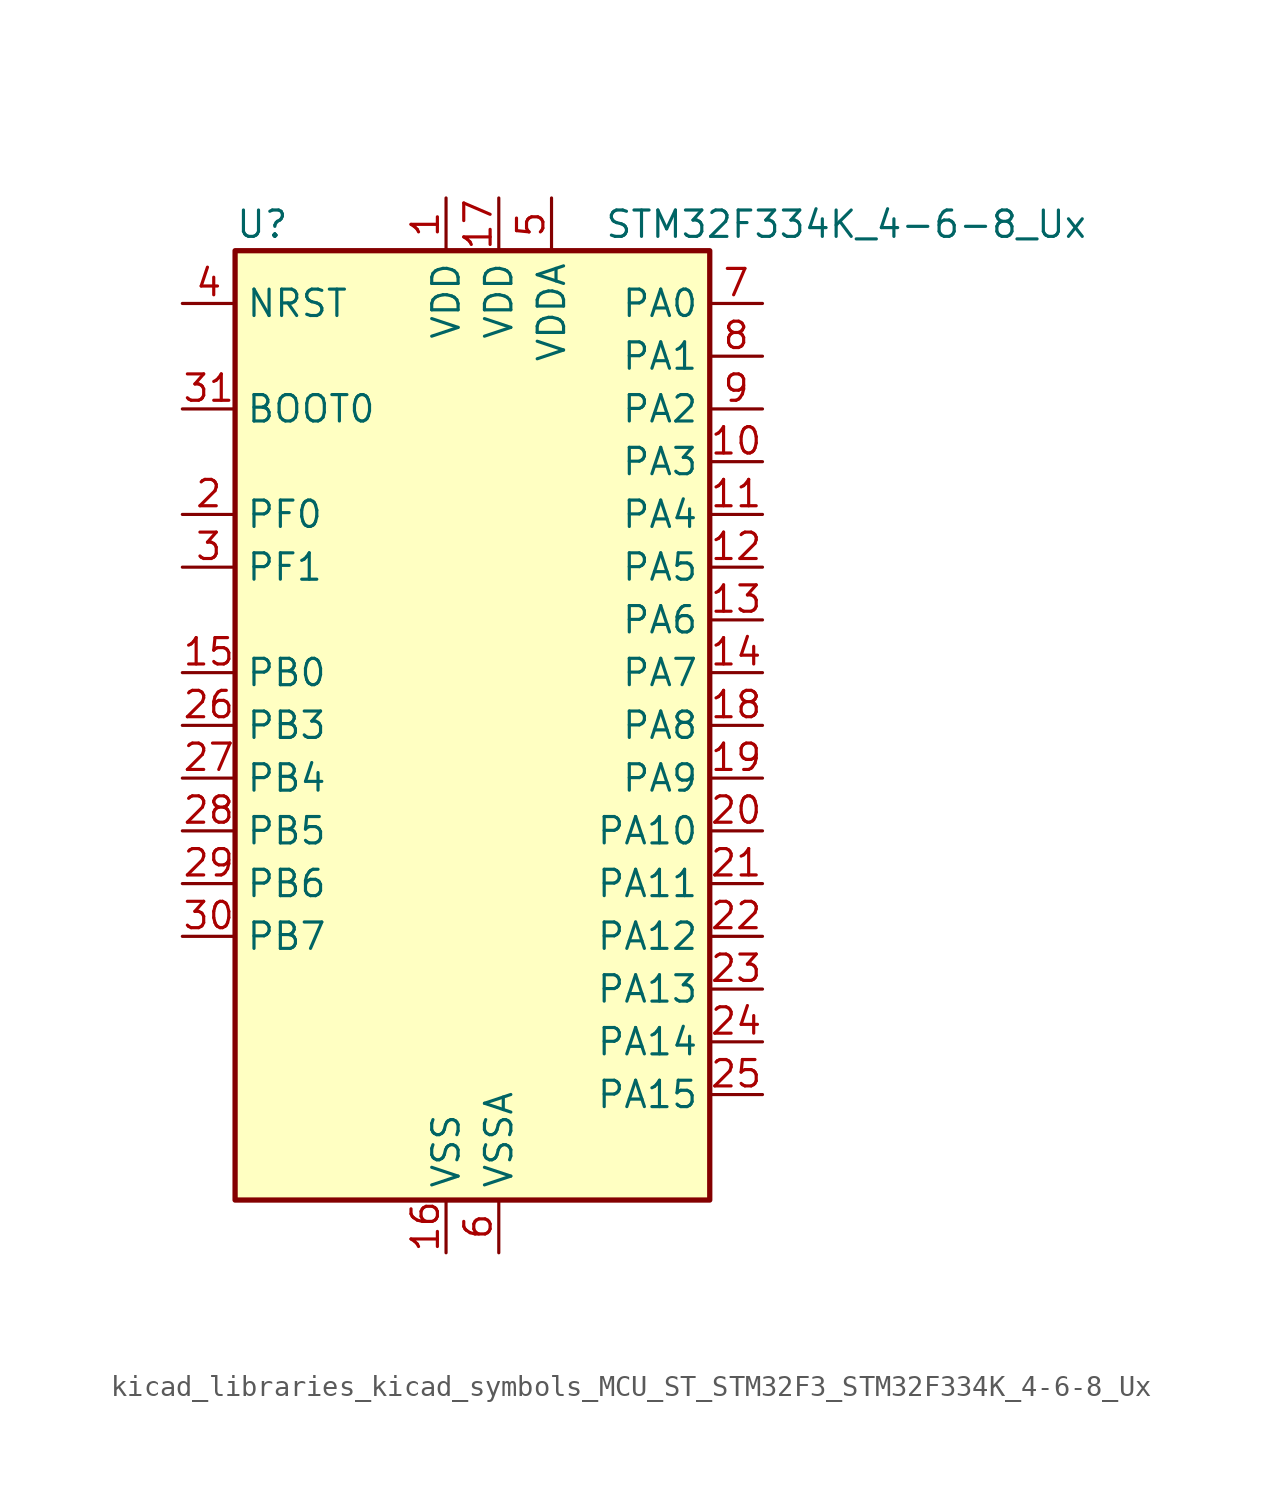
<source format=kicad_sym>
(kicad_symbol_lib
  (version 20220914)
  (generator kicad_symbol_editor)
  (symbol "kicad_libraries_kicad_symbols_MCU_ST_STM32F3_STM32F334K_4-6-8_Ux"
    (property "Reference" "U"
      (at -10.16 24.13 0)
      (effects (font (size 1.27 1.27)) (justify left)))
    (property "Value" "STM32F334K_4-6-8_Ux"
      (at 7.62 24.13 0)
      (effects (font (size 1.27 1.27)) (justify left)))
    (property "ki_locked" ""
      (at 0 0 0)
      (effects (font (size 1.27 1.27))))
    (symbol "kicad_libraries_kicad_symbols_MCU_ST_STM32F3_STM32F334K_4-6-8_Ux_0_1"
      (rectangle (start -10.16 -22.86) (end 12.7 22.86) (stroke (width 0.254) (type default)) (fill (type background))))
    (symbol "kicad_libraries_kicad_symbols_MCU_ST_STM32F3_STM32F334K_4-6-8_Ux_1_1"
      (pin power_in line (at 0 25.4 270) (length 2.54) (name "VDD" (effects (font (size 1.27 1.27)))) (number "1" (effects (font (size 1.27 1.27)))))
      (pin bidirectional line (at 15.24 12.7 180) (length 2.54) (name "PA3" (effects (font (size 1.27 1.27)))) (number "10" (effects (font (size 1.27 1.27)))) (alternate "ADC1_IN4" bidirectional line) (alternate "TIM15_CH2" bidirectional line) (alternate "TIM2_CH4" bidirectional line) (alternate "TSC_G1_IO4" bidirectional line) (alternate "USART2_RX" bidirectional line))
      (pin bidirectional line (at 15.24 10.16 180) (length 2.54) (name "PA4" (effects (font (size 1.27 1.27)))) (number "11" (effects (font (size 1.27 1.27)))) (alternate "ADC2_IN1" bidirectional line) (alternate "COMP2_INM" bidirectional line) (alternate "COMP4_INM" bidirectional line) (alternate "DAC1_OUT1" bidirectional line) (alternate "SPI1_NSS" bidirectional line) (alternate "TIM3_CH2" bidirectional line) (alternate "TSC_G2_IO1" bidirectional line) (alternate "USART2_CK" bidirectional line))
      (pin bidirectional line (at 15.24 7.62 180) (length 2.54) (name "PA5" (effects (font (size 1.27 1.27)))) (number "12" (effects (font (size 1.27 1.27)))) (alternate "ADC2_IN2" bidirectional line) (alternate "DAC1_OUT2" bidirectional line) (alternate "OPAMP2_VINM" bidirectional line) (alternate "OPAMP2_VINM_SEC" bidirectional line) (alternate "SPI1_SCK" bidirectional line) (alternate "TIM2_CH1" bidirectional line) (alternate "TIM2_ETR" bidirectional line) (alternate "TSC_G2_IO2" bidirectional line))
      (pin bidirectional line (at 15.24 5.08 180) (length 2.54) (name "PA6" (effects (font (size 1.27 1.27)))) (number "13" (effects (font (size 1.27 1.27)))) (alternate "ADC2_IN3" bidirectional line) (alternate "DAC2_OUT1" bidirectional line) (alternate "OPAMP2_DIG" bidirectional line) (alternate "OPAMP2_VOUT" bidirectional line) (alternate "SPI1_MISO" bidirectional line) (alternate "TIM16_CH1" bidirectional line) (alternate "TIM1_BKIN" bidirectional line) (alternate "TIM3_CH1" bidirectional line) (alternate "TSC_G2_IO3" bidirectional line))
      (pin bidirectional line (at 15.24 2.54 180) (length 2.54) (name "PA7" (effects (font (size 1.27 1.27)))) (number "14" (effects (font (size 1.27 1.27)))) (alternate "ADC2_IN4" bidirectional line) (alternate "COMP2_INP" bidirectional line) (alternate "OPAMP2_VINP" bidirectional line) (alternate "OPAMP2_VINP_SEC" bidirectional line) (alternate "SPI1_MOSI" bidirectional line) (alternate "TIM17_CH1" bidirectional line) (alternate "TIM1_CH1N" bidirectional line) (alternate "TIM3_CH2" bidirectional line) (alternate "TSC_G2_IO4" bidirectional line))
      (pin bidirectional line (at -12.7 2.54 0) (length 2.54) (name "PB0" (effects (font (size 1.27 1.27)))) (number "15" (effects (font (size 1.27 1.27)))) (alternate "ADC1_IN11" bidirectional line) (alternate "COMP4_INP" bidirectional line) (alternate "OPAMP2_VINP" bidirectional line) (alternate "OPAMP2_VINP_SEC" bidirectional line) (alternate "TIM1_CH2N" bidirectional line) (alternate "TIM3_CH3" bidirectional line) (alternate "TSC_G3_IO2" bidirectional line))
      (pin power_in line (at 0 -25.4 90) (length 2.54) (name "VSS" (effects (font (size 1.27 1.27)))) (number "16" (effects (font (size 1.27 1.27)))))
      (pin power_in line (at 2.54 25.4 270) (length 2.54) (name "VDD" (effects (font (size 1.27 1.27)))) (number "17" (effects (font (size 1.27 1.27)))))
      (pin bidirectional line (at 15.24 0 180) (length 2.54) (name "PA8" (effects (font (size 1.27 1.27)))) (number "18" (effects (font (size 1.27 1.27)))) (alternate "HRTIM1_CHA1" bidirectional line) (alternate "RCC_MCO" bidirectional line) (alternate "TIM1_CH1" bidirectional line) (alternate "USART1_CK" bidirectional line))
      (pin bidirectional line (at 15.24 -2.54 180) (length 2.54) (name "PA9" (effects (font (size 1.27 1.27)))) (number "19" (effects (font (size 1.27 1.27)))) (alternate "DAC1_EXTI9" bidirectional line) (alternate "DAC2_EXTI9" bidirectional line) (alternate "HRTIM1_CHA2" bidirectional line) (alternate "TIM15_BKIN" bidirectional line) (alternate "TIM1_CH2" bidirectional line) (alternate "TIM2_CH3" bidirectional line) (alternate "TSC_G4_IO1" bidirectional line) (alternate "USART1_TX" bidirectional line))
      (pin bidirectional line (at -12.7 10.16 0) (length 2.54) (name "PF0" (effects (font (size 1.27 1.27)))) (number "2" (effects (font (size 1.27 1.27)))) (alternate "RCC_OSC_IN" bidirectional line) (alternate "TIM1_CH3N" bidirectional line))
      (pin bidirectional line (at 15.24 -5.08 180) (length 2.54) (name "PA10" (effects (font (size 1.27 1.27)))) (number "20" (effects (font (size 1.27 1.27)))) (alternate "HRTIM1_CHB1" bidirectional line) (alternate "TIM17_BKIN" bidirectional line) (alternate "TIM1_CH3" bidirectional line) (alternate "TIM2_CH4" bidirectional line) (alternate "TSC_G4_IO2" bidirectional line) (alternate "USART1_RX" bidirectional line))
      (pin bidirectional line (at 15.24 -7.62 180) (length 2.54) (name "PA11" (effects (font (size 1.27 1.27)))) (number "21" (effects (font (size 1.27 1.27)))) (alternate "ADC1_EXTI11" bidirectional line) (alternate "ADC2_EXTI11" bidirectional line) (alternate "CAN_RX" bidirectional line) (alternate "HRTIM1_CHB2" bidirectional line) (alternate "TIM1_BKIN2" bidirectional line) (alternate "TIM1_CH1N" bidirectional line) (alternate "TIM1_CH4" bidirectional line) (alternate "USART1_CTS" bidirectional line))
      (pin bidirectional line (at 15.24 -10.16 180) (length 2.54) (name "PA12" (effects (font (size 1.27 1.27)))) (number "22" (effects (font (size 1.27 1.27)))) (alternate "CAN_TX" bidirectional line) (alternate "COMP2_OUT" bidirectional line) (alternate "HRTIM1_FLT1" bidirectional line) (alternate "TIM16_CH1" bidirectional line) (alternate "TIM1_CH2N" bidirectional line) (alternate "TIM1_ETR" bidirectional line) (alternate "USART1_DE" bidirectional line) (alternate "USART1_RTS" bidirectional line))
      (pin bidirectional line (at 15.24 -12.7 180) (length 2.54) (name "PA13" (effects (font (size 1.27 1.27)))) (number "23" (effects (font (size 1.27 1.27)))) (alternate "IR_OUT" bidirectional line) (alternate "SYS_JTMS-SWDIO" bidirectional line) (alternate "TIM16_CH1N" bidirectional line) (alternate "TSC_G4_IO3" bidirectional line))
      (pin bidirectional line (at 15.24 -15.24 180) (length 2.54) (name "PA14" (effects (font (size 1.27 1.27)))) (number "24" (effects (font (size 1.27 1.27)))) (alternate "I2C1_SDA" bidirectional line) (alternate "SYS_JTCK-SWCLK" bidirectional line) (alternate "TIM1_BKIN" bidirectional line) (alternate "TSC_G4_IO4" bidirectional line) (alternate "USART2_TX" bidirectional line))
      (pin bidirectional line (at 15.24 -17.78 180) (length 2.54) (name "PA15" (effects (font (size 1.27 1.27)))) (number "25" (effects (font (size 1.27 1.27)))) (alternate "ADC1_EXTI15" bidirectional line) (alternate "ADC2_EXTI15" bidirectional line) (alternate "HRTIM1_FLT2" bidirectional line) (alternate "I2C1_SCL" bidirectional line) (alternate "SPI1_NSS" bidirectional line) (alternate "SYS_JTDI" bidirectional line) (alternate "TIM1_BKIN" bidirectional line) (alternate "TIM2_CH1" bidirectional line) (alternate "TIM2_ETR" bidirectional line) (alternate "TSC_SYNC" bidirectional line) (alternate "USART2_RX" bidirectional line))
      (pin bidirectional line (at -12.7 0 0) (length 2.54) (name "PB3" (effects (font (size 1.27 1.27)))) (number "26" (effects (font (size 1.27 1.27)))) (alternate "HRTIM1_EEV9" bidirectional line) (alternate "HRTIM1_SCOUT" bidirectional line) (alternate "SPI1_SCK" bidirectional line) (alternate "SYS_JTDO-TRACESWO" bidirectional line) (alternate "TIM2_CH2" bidirectional line) (alternate "TIM3_ETR" bidirectional line) (alternate "TSC_G5_IO1" bidirectional line) (alternate "USART2_TX" bidirectional line))
      (pin bidirectional line (at -12.7 -2.54 0) (length 2.54) (name "PB4" (effects (font (size 1.27 1.27)))) (number "27" (effects (font (size 1.27 1.27)))) (alternate "HRTIM1_EEV7" bidirectional line) (alternate "SPI1_MISO" bidirectional line) (alternate "SYS_NJTRST" bidirectional line) (alternate "TIM16_CH1" bidirectional line) (alternate "TIM17_BKIN" bidirectional line) (alternate "TIM3_CH1" bidirectional line) (alternate "TSC_G5_IO2" bidirectional line) (alternate "USART2_RX" bidirectional line))
      (pin bidirectional line (at -12.7 -5.08 0) (length 2.54) (name "PB5" (effects (font (size 1.27 1.27)))) (number "28" (effects (font (size 1.27 1.27)))) (alternate "HRTIM1_EEV6" bidirectional line) (alternate "I2C1_SMBA" bidirectional line) (alternate "SPI1_MOSI" bidirectional line) (alternate "TIM16_BKIN" bidirectional line) (alternate "TIM17_CH1" bidirectional line) (alternate "TIM3_CH2" bidirectional line) (alternate "USART2_CK" bidirectional line))
      (pin bidirectional line (at -12.7 -7.62 0) (length 2.54) (name "PB6" (effects (font (size 1.27 1.27)))) (number "29" (effects (font (size 1.27 1.27)))) (alternate "HRTIM1_EEV4" bidirectional line) (alternate "HRTIM1_SCIN" bidirectional line) (alternate "I2C1_SCL" bidirectional line) (alternate "TIM16_CH1N" bidirectional line) (alternate "TSC_G5_IO3" bidirectional line) (alternate "USART1_TX" bidirectional line))
      (pin bidirectional line (at -12.7 7.62 0) (length 2.54) (name "PF1" (effects (font (size 1.27 1.27)))) (number "3" (effects (font (size 1.27 1.27)))) (alternate "RCC_OSC_OUT" bidirectional line))
      (pin bidirectional line (at -12.7 -10.16 0) (length 2.54) (name "PB7" (effects (font (size 1.27 1.27)))) (number "30" (effects (font (size 1.27 1.27)))) (alternate "HRTIM1_EEV3" bidirectional line) (alternate "I2C1_SDA" bidirectional line) (alternate "TIM17_CH1N" bidirectional line) (alternate "TIM3_CH4" bidirectional line) (alternate "TSC_G5_IO4" bidirectional line) (alternate "USART1_RX" bidirectional line))
      (pin input line (at -12.7 15.24 0) (length 2.54) (name "BOOT0" (effects (font (size 1.27 1.27)))) (number "31" (effects (font (size 1.27 1.27)))))
      (pin passive line (at 0 -25.4 90) (length 2.54) hide (name "VSS" (effects (font (size 1.27 1.27)))) (number "32" (effects (font (size 1.27 1.27)))))
      (pin passive line (at 0 -25.4 90) (length 2.54) hide (name "VSS" (effects (font (size 1.27 1.27)))) (number "33" (effects (font (size 1.27 1.27)))))
      (pin input line (at -12.7 20.32 0) (length 2.54) (name "NRST" (effects (font (size 1.27 1.27)))) (number "4" (effects (font (size 1.27 1.27)))))
      (pin power_in line (at 5.08 25.4 270) (length 2.54) (name "VDDA" (effects (font (size 1.27 1.27)))) (number "5" (effects (font (size 1.27 1.27)))))
      (pin power_in line (at 2.54 -25.4 90) (length 2.54) (name "VSSA" (effects (font (size 1.27 1.27)))) (number "6" (effects (font (size 1.27 1.27)))))
      (pin bidirectional line (at 15.24 20.32 180) (length 2.54) (name "PA0" (effects (font (size 1.27 1.27)))) (number "7" (effects (font (size 1.27 1.27)))) (alternate "ADC1_IN1" bidirectional line) (alternate "RTC_TAMP2" bidirectional line) (alternate "SYS_WKUP1" bidirectional line) (alternate "TIM2_CH1" bidirectional line) (alternate "TIM2_ETR" bidirectional line) (alternate "TSC_G1_IO1" bidirectional line) (alternate "USART2_CTS" bidirectional line))
      (pin bidirectional line (at 15.24 17.78 180) (length 2.54) (name "PA1" (effects (font (size 1.27 1.27)))) (number "8" (effects (font (size 1.27 1.27)))) (alternate "ADC1_IN2" bidirectional line) (alternate "RTC_REFIN" bidirectional line) (alternate "TIM15_CH1N" bidirectional line) (alternate "TIM2_CH2" bidirectional line) (alternate "TSC_G1_IO2" bidirectional line) (alternate "USART2_DE" bidirectional line) (alternate "USART2_RTS" bidirectional line))
      (pin bidirectional line (at 15.24 15.24 180) (length 2.54) (name "PA2" (effects (font (size 1.27 1.27)))) (number "9" (effects (font (size 1.27 1.27)))) (alternate "ADC1_IN3" bidirectional line) (alternate "COMP2_INM" bidirectional line) (alternate "COMP2_OUT" bidirectional line) (alternate "TIM15_CH1" bidirectional line) (alternate "TIM2_CH3" bidirectional line) (alternate "TSC_G1_IO3" bidirectional line) (alternate "USART2_TX" bidirectional line)))))
</source>
